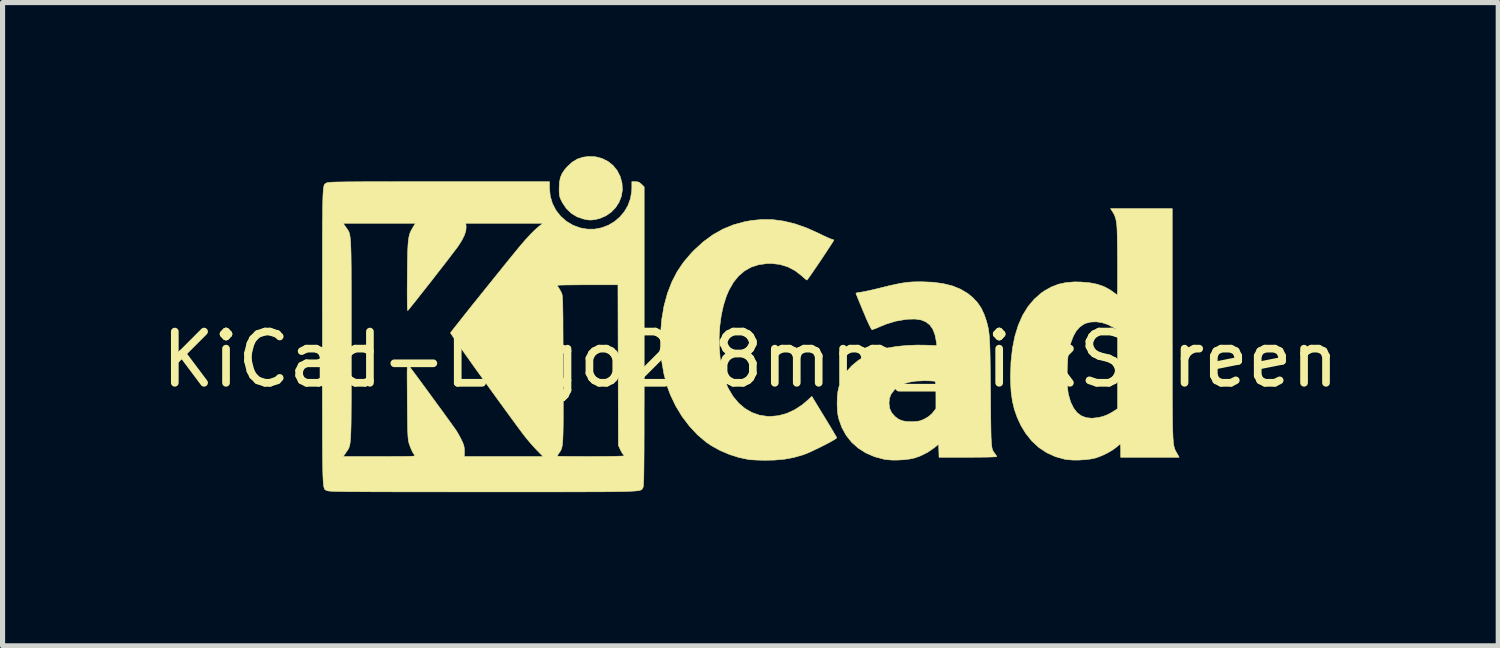
<source format=kicad_pcb>
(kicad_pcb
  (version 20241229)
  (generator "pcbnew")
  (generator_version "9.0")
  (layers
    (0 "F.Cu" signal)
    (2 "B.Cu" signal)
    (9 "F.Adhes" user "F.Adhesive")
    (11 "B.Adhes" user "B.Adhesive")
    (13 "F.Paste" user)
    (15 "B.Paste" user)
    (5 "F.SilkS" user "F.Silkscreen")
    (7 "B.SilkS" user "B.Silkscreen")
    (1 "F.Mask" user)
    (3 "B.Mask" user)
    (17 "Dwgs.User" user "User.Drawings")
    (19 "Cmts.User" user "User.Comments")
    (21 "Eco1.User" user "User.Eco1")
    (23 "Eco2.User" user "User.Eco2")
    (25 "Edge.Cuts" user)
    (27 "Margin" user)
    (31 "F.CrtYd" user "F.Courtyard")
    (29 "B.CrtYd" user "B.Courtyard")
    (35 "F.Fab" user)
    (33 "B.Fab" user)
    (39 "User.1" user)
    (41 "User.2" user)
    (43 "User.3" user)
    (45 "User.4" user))
  (footprint "KiCad-Logo2_8mm_SilkScreen"
    (layer "F.Cu")
    (at 11.601 3.969)
    (property "Reference" "KiCad-Logo2_8mm_SilkScreen" (at 0 0 0) (layer "F.SilkS") (effects (font (size 1 1) (thickness 0.15))))
    (attr exclude_from_pos_files exclude_from_bom)
    (fp_poly (pts (xy -3.026 -3.959) (xy -2.898 -3.926) (xy -2.783 -3.869) (xy -2.683 -3.79) (xy -2.602 -3.69) (xy -2.542 -3.572) (xy -2.507 -3.444) (xy -2.499 -3.314) (xy -2.519 -3.189) (xy -2.564 -3.072) (xy -2.631 -2.967) (xy -2.719 -2.876) (xy -2.824 -2.804) (xy -2.945 -2.753) (xy -3.013 -2.737) (xy -3.072 -2.727) (xy -3.118 -2.723) (xy -3.162 -2.725) (xy -3.216 -2.734) (xy -3.26 -2.744) (xy -3.384 -2.786) (xy -3.496 -2.854) (xy -3.592 -2.946) (xy -3.669 -3.06) (xy -3.688 -3.096) (xy -3.71 -3.145) (xy -3.724 -3.185) (xy -3.731 -3.228) (xy -3.734 -3.283) (xy -3.734 -3.344) (xy -3.729 -3.456) (xy -3.711 -3.549) (xy -3.678 -3.629) (xy -3.625 -3.707) (xy -3.574 -3.766) (xy -3.478 -3.854) (xy -3.378 -3.914) (xy -3.268 -3.95) (xy -3.165 -3.964) (xy -3.026 -3.959)) (stroke (width 0.01) (type solid)) (fill yes) (layer "F.SilkS"))
    (fp_poly (pts (xy 0.437 -2.731) (xy 0.65 -2.702) (xy 0.869 -2.649) (xy 1.095 -2.57) (xy 1.331 -2.464) (xy 1.346 -2.457) (xy 1.423 -2.419) (xy 1.492 -2.387) (xy 1.547 -2.363) (xy 1.585 -2.348) (xy 1.597 -2.345) (xy 1.623 -2.338) (xy 1.629 -2.332) (xy 1.622 -2.318) (xy 1.601 -2.283) (xy 1.567 -2.231) (xy 1.524 -2.165) (xy 1.474 -2.088) (xy 1.419 -2.006) (xy 1.362 -1.92) (xy 1.305 -1.836) (xy 1.25 -1.756) (xy 1.201 -1.684) (xy 1.159 -1.624) (xy 1.127 -1.579) (xy 1.108 -1.554) (xy 1.105 -1.551) (xy 1.092 -1.558) (xy 1.062 -1.58) (xy 1.022 -1.616) (xy 1.001 -1.635) (xy 0.872 -1.735) (xy 0.73 -1.809) (xy 0.576 -1.856) (xy 0.413 -1.875) (xy 0.32 -1.873) (xy 0.159 -1.85) (xy 0.014 -1.803) (xy -0.116 -1.729) (xy -0.231 -1.631) (xy -0.332 -1.506) (xy -0.418 -1.355) (xy -0.468 -1.24) (xy -0.526 -1.059) (xy -0.569 -0.863) (xy -0.597 -0.656) (xy -0.61 -0.443) (xy -0.607 -0.23) (xy -0.59 -0.022) (xy -0.558 0.177) (xy -0.511 0.361) (xy -0.45 0.526) (xy -0.428 0.571) (xy -0.337 0.723) (xy -0.23 0.851) (xy -0.108 0.955) (xy 0.027 1.034) (xy 0.173 1.086) (xy 0.329 1.11) (xy 0.385 1.112) (xy 0.546 1.097) (xy 0.707 1.054) (xy 0.864 0.982) (xy 1.015 0.883) (xy 1.137 0.778) (xy 1.199 0.719) (xy 1.44 1.115) (xy 1.5 1.213) (xy 1.555 1.304) (xy 1.603 1.384) (xy 1.641 1.449) (xy 1.669 1.497) (xy 1.684 1.523) (xy 1.686 1.527) (xy 1.675 1.54) (xy 1.641 1.563) (xy 1.588 1.594) (xy 1.521 1.631) (xy 1.443 1.671) (xy 1.36 1.713) (xy 1.275 1.754) (xy 1.193 1.793) (xy 1.118 1.826) (xy 1.054 1.852) (xy 1.022 1.863) (xy 0.844 1.913) (xy 0.661 1.947) (xy 0.464 1.964) (xy 0.295 1.967) (xy 0.205 1.966) (xy 0.118 1.963) (xy 0.041 1.959) (xy -0.017 1.955) (xy -0.036 1.952) (xy -0.221 1.914) (xy -0.409 1.854) (xy -0.592 1.776) (xy -0.761 1.683) (xy -0.864 1.613) (xy -1.034 1.469) (xy -1.191 1.3) (xy -1.334 1.112) (xy -1.458 0.907) (xy -1.562 0.69) (xy -1.62 0.534) (xy -1.687 0.289) (xy -1.732 0.03) (xy -1.754 -0.238) (xy -1.754 -0.509) (xy -1.732 -0.778) (xy -1.688 -1.039) (xy -1.621 -1.287) (xy -1.616 -1.302) (xy -1.532 -1.518) (xy -1.43 -1.715) (xy -1.306 -1.899) (xy -1.156 -2.075) (xy -1.098 -2.135) (xy -0.917 -2.3) (xy -0.73 -2.437) (xy -0.536 -2.546) (xy -0.331 -2.63) (xy -0.112 -2.69) (xy 0.015 -2.713) (xy 0.226 -2.734) (xy 0.437 -2.731)) (stroke (width 0.01) (type solid)) (fill yes) (layer "F.SilkS"))
    (fp_poly (pts (xy 8.236 -0.703) (xy 8.236 -0.391) (xy 8.237 -0.107) (xy 8.237 0.149) (xy 8.237 0.38) (xy 8.237 0.587) (xy 8.238 0.77) (xy 8.239 0.933) (xy 8.24 1.076) (xy 8.241 1.2) (xy 8.243 1.308) (xy 8.246 1.4) (xy 8.249 1.478) (xy 8.252 1.544) (xy 8.257 1.598) (xy 8.261 1.643) (xy 8.267 1.681) (xy 8.274 1.711) (xy 8.281 1.736) (xy 8.289 1.758) (xy 8.298 1.778) (xy 8.308 1.796) (xy 8.319 1.816) (xy 8.326 1.828) (xy 8.372 1.909) (xy 7.229 1.909) (xy 7.229 1.781) (xy 7.228 1.723) (xy 7.226 1.679) (xy 7.222 1.655) (xy 7.22 1.653) (xy 7.205 1.662) (xy 7.175 1.686) (xy 7.145 1.712) (xy 7.072 1.766) (xy 6.979 1.821) (xy 6.877 1.871) (xy 6.774 1.911) (xy 6.733 1.924) (xy 6.642 1.943) (xy 6.531 1.956) (xy 6.412 1.963) (xy 6.295 1.963) (xy 6.19 1.955) (xy 6.14 1.948) (xy 5.956 1.897) (xy 5.786 1.82) (xy 5.632 1.718) (xy 5.494 1.591) (xy 5.373 1.439) (xy 5.284 1.292) (xy 5.211 1.136) (xy 5.155 0.978) (xy 5.115 0.81) (xy 5.09 0.628) (xy 5.079 0.426) (xy 5.078 0.323) (xy 5.081 0.248) (xy 6.184 0.248) (xy 6.185 0.371) (xy 6.189 0.488) (xy 6.196 0.591) (xy 6.207 0.672) (xy 6.211 0.689) (xy 6.253 0.832) (xy 6.309 0.947) (xy 6.378 1.037) (xy 6.461 1.099) (xy 6.558 1.136) (xy 6.671 1.147) (xy 6.799 1.132) (xy 6.884 1.111) (xy 6.949 1.087) (xy 7.021 1.053) (xy 7.075 1.021) (xy 7.169 0.96) (xy 7.169 -0.572) (xy 7.079 -0.63) (xy 6.975 -0.684) (xy 6.863 -0.72) (xy 6.749 -0.736) (xy 6.641 -0.731) (xy 6.544 -0.706) (xy 6.502 -0.685) (xy 6.424 -0.628) (xy 6.359 -0.553) (xy 6.305 -0.456) (xy 6.259 -0.335) (xy 6.22 -0.188) (xy 6.218 -0.18) (xy 6.205 -0.097) (xy 6.194 0.006) (xy 6.188 0.123) (xy 6.184 0.248) (xy 5.081 0.248) (xy 5.088 0.04) (xy 5.117 -0.221) (xy 5.165 -0.459) (xy 5.232 -0.674) (xy 5.317 -0.866) (xy 5.421 -1.034) (xy 5.543 -1.179) (xy 5.683 -1.301) (xy 5.743 -1.342) (xy 5.877 -1.417) (xy 6.015 -1.47) (xy 6.162 -1.502) (xy 6.323 -1.515) (xy 6.446 -1.513) (xy 6.619 -1.499) (xy 6.769 -1.47) (xy 6.9 -1.425) (xy 7.018 -1.363) (xy 7.083 -1.317) (xy 7.122 -1.288) (xy 7.151 -1.268) (xy 7.162 -1.262) (xy 7.164 -1.277) (xy 7.166 -1.318) (xy 7.167 -1.381) (xy 7.168 -1.464) (xy 7.168 -1.562) (xy 7.168 -1.672) (xy 7.168 -1.789) (xy 7.168 -1.912) (xy 7.167 -2.035) (xy 7.166 -2.155) (xy 7.164 -2.268) (xy 7.163 -2.372) (xy 7.161 -2.461) (xy 7.159 -2.533) (xy 7.156 -2.583) (xy 7.156 -2.593) (xy 7.146 -2.686) (xy 7.13 -2.76) (xy 7.107 -2.823) (xy 7.072 -2.884) (xy 7.063 -2.897) (xy 7.031 -2.946) (xy 8.236 -2.946) (xy 8.236 -0.703)) (stroke (width 0.01) (type solid)) (fill yes) (layer "F.SilkS"))
    (fp_poly (pts (xy 3.559 -1.509) (xy 3.762 -1.482) (xy 3.942 -1.438) (xy 4.101 -1.374) (xy 4.24 -1.292) (xy 4.343 -1.208) (xy 4.435 -1.109) (xy 4.507 -1.003) (xy 4.564 -0.88) (xy 4.584 -0.823) (xy 4.602 -0.771) (xy 4.616 -0.723) (xy 4.629 -0.676) (xy 4.64 -0.628) (xy 4.65 -0.576) (xy 4.657 -0.519) (xy 4.664 -0.453) (xy 4.669 -0.376) (xy 4.674 -0.286) (xy 4.677 -0.181) (xy 4.68 -0.057) (xy 4.682 0.088) (xy 4.684 0.256) (xy 4.686 0.449) (xy 4.688 0.639) (xy 4.69 0.847) (xy 4.691 1.027) (xy 4.693 1.181) (xy 4.695 1.312) (xy 4.697 1.422) (xy 4.699 1.513) (xy 4.703 1.587) (xy 4.707 1.646) (xy 4.712 1.693) (xy 4.718 1.729) (xy 4.726 1.758) (xy 4.735 1.781) (xy 4.746 1.8) (xy 4.759 1.818) (xy 4.773 1.837) (xy 4.779 1.844) (xy 4.8 1.874) (xy 4.809 1.895) (xy 4.809 1.896) (xy 4.795 1.899) (xy 4.754 1.901) (xy 4.689 1.904) (xy 4.604 1.906) (xy 4.502 1.907) (xy 4.387 1.908) (xy 4.261 1.909) (xy 4.246 1.909) (xy 3.683 1.909) (xy 3.679 1.781) (xy 3.675 1.653) (xy 3.592 1.721) (xy 3.462 1.811) (xy 3.316 1.884) (xy 3.201 1.924) (xy 3.109 1.943) (xy 2.998 1.957) (xy 2.879 1.963) (xy 2.761 1.963) (xy 2.656 1.955) (xy 2.608 1.947) (xy 2.421 1.897) (xy 2.253 1.824) (xy 2.104 1.729) (xy 1.975 1.614) (xy 1.869 1.48) (xy 1.785 1.327) (xy 1.726 1.16) (xy 1.709 1.084) (xy 1.699 1.001) (xy 1.694 0.902) (xy 1.694 0.857) (xy 1.694 0.852) (xy 2.706 0.852) (xy 2.718 0.952) (xy 2.756 1.037) (xy 2.82 1.111) (xy 2.827 1.117) (xy 2.891 1.164) (xy 2.96 1.194) (xy 3.041 1.21) (xy 3.141 1.213) (xy 3.165 1.213) (xy 3.237 1.209) (xy 3.29 1.202) (xy 3.337 1.189) (xy 3.388 1.166) (xy 3.403 1.159) (xy 3.483 1.111) (xy 3.546 1.055) (xy 3.563 1.034) (xy 3.622 0.959) (xy 3.622 0.698) (xy 3.621 0.594) (xy 3.619 0.517) (xy 3.615 0.464) (xy 3.609 0.435) (xy 3.604 0.426) (xy 3.583 0.422) (xy 3.538 0.419) (xy 3.475 0.416) (xy 3.402 0.415) (xy 3.39 0.415) (xy 3.229 0.422) (xy 3.092 0.444) (xy 2.977 0.481) (xy 2.881 0.534) (xy 2.808 0.596) (xy 2.748 0.673) (xy 2.715 0.757) (xy 2.706 0.852) (xy 1.694 0.852) (xy 1.696 0.732) (xy 1.708 0.627) (xy 1.729 0.532) (xy 1.763 0.438) (xy 1.795 0.368) (xy 1.873 0.241) (xy 1.977 0.124) (xy 2.104 0.019) (xy 2.25 -0.073) (xy 2.413 -0.148) (xy 2.589 -0.205) (xy 2.675 -0.225) (xy 2.857 -0.255) (xy 3.054 -0.274) (xy 3.256 -0.282) (xy 3.424 -0.28) (xy 3.64 -0.271) (xy 3.63 -0.35) (xy 3.604 -0.482) (xy 3.563 -0.589) (xy 3.505 -0.673) (xy 3.428 -0.734) (xy 3.332 -0.773) (xy 3.216 -0.79) (xy 3.079 -0.787) (xy 3.028 -0.782) (xy 2.84 -0.749) (xy 2.658 -0.694) (xy 2.532 -0.643) (xy 2.472 -0.617) (xy 2.421 -0.597) (xy 2.386 -0.584) (xy 2.376 -0.581) (xy 2.363 -0.593) (xy 2.341 -0.632) (xy 2.309 -0.697) (xy 2.267 -0.79) (xy 2.216 -0.911) (xy 2.207 -0.932) (xy 2.167 -1.028) (xy 2.131 -1.115) (xy 2.101 -1.189) (xy 2.078 -1.246) (xy 2.064 -1.282) (xy 2.06 -1.294) (xy 2.073 -1.3) (xy 2.108 -1.308) (xy 2.145 -1.312) (xy 2.186 -1.319) (xy 2.249 -1.331) (xy 2.331 -1.349) (xy 2.424 -1.37) (xy 2.525 -1.394) (xy 2.563 -1.404) (xy 2.702 -1.438) (xy 2.819 -1.464) (xy 2.918 -1.485) (xy 3.006 -1.499) (xy 3.088 -1.509) (xy 3.169 -1.515) (xy 3.257 -1.517) (xy 3.334 -1.518) (xy 3.559 -1.509)) (stroke (width 0.01) (type solid)) (fill yes) (layer "F.SilkS"))
    (fp_poly (pts (xy -3.923 -3.343) (xy -3.908 -3.191) (xy -3.866 -3.048) (xy -3.798 -2.916) (xy -3.707 -2.799) (xy -3.594 -2.699) (xy -3.465 -2.622) (xy -3.323 -2.57) (xy -3.181 -2.545) (xy -3.04 -2.546) (xy -2.904 -2.572) (xy -2.775 -2.621) (xy -2.657 -2.69) (xy -2.552 -2.779) (xy -2.462 -2.885) (xy -2.391 -3.006) (xy -2.342 -3.141) (xy -2.317 -3.288) (xy -2.315 -3.355) (xy -2.315 -3.472) (xy -2.245 -3.472) (xy -2.197 -3.468) (xy -2.161 -3.452) (xy -2.125 -3.421) (xy -2.074 -3.37) (xy -2.074 -0.452) (xy -2.074 -0.103) (xy -2.074 0.217) (xy -2.074 0.51) (xy -2.074 0.776) (xy -2.075 1.018) (xy -2.075 1.235) (xy -2.075 1.43) (xy -2.076 1.604) (xy -2.076 1.757) (xy -2.077 1.892) (xy -2.078 2.01) (xy -2.079 2.111) (xy -2.08 2.197) (xy -2.081 2.269) (xy -2.082 2.329) (xy -2.084 2.377) (xy -2.086 2.416) (xy -2.088 2.446) (xy -2.09 2.468) (xy -2.093 2.484) (xy -2.095 2.495) (xy -2.098 2.503) (xy -2.1 2.505) (xy -2.105 2.514) (xy -2.11 2.523) (xy -2.115 2.531) (xy -2.122 2.538) (xy -2.131 2.544) (xy -2.145 2.55) (xy -2.164 2.556) (xy -2.189 2.56) (xy -2.223 2.565) (xy -2.265 2.568) (xy -2.317 2.571) (xy -2.381 2.574) (xy -2.458 2.577) (xy -2.549 2.579) (xy -2.654 2.58) (xy -2.776 2.582) (xy -2.916 2.583) (xy -3.074 2.583) (xy -3.253 2.584) (xy -3.453 2.584) (xy -3.675 2.585) (xy -3.921 2.585) (xy -4.192 2.585) (xy -4.489 2.585) (xy -4.814 2.585) (xy -5.167 2.585) (xy -5.219 2.585) (xy -5.574 2.585) (xy -5.901 2.585) (xy -6.2 2.584) (xy -6.472 2.584) (xy -6.72 2.584) (xy -6.943 2.584) (xy -7.144 2.583) (xy -7.323 2.583) (xy -7.482 2.582) (xy -7.622 2.581) (xy -7.744 2.581) (xy -7.85 2.58) (xy -7.94 2.578) (xy -8.016 2.577) (xy -8.08 2.576) (xy -8.131 2.574) (xy -8.172 2.572) (xy -8.204 2.57) (xy -8.227 2.568) (xy -8.244 2.566) (xy -8.256 2.563) (xy -8.261 2.561) (xy -8.273 2.556) (xy -8.283 2.553) (xy -8.293 2.549) (xy -8.301 2.544) (xy -8.309 2.537) (xy -8.316 2.526) (xy -8.322 2.51) (xy -8.328 2.488) (xy -8.333 2.458) (xy -8.337 2.42) (xy -8.341 2.372) (xy -8.344 2.312) (xy -8.347 2.24) (xy -8.349 2.155) (xy -8.351 2.054) (xy -8.353 1.937) (xy -8.354 1.803) (xy -8.355 1.65) (xy -8.356 1.477) (xy -8.356 1.283) (xy -8.356 1.067) (xy -8.357 0.827) (xy -8.357 0.562) (xy -8.357 0.271) (xy -8.356 -0.047) (xy -8.356 -0.394) (xy -8.356 -0.45) (xy -8.356 -0.8) (xy -8.357 -1.121) (xy -8.357 -1.415) (xy -8.356 -1.682) (xy -8.356 -1.925) (xy -8.356 -2.143) (xy -8.356 -2.339) (xy -8.355 -2.514) (xy -8.354 -2.66) (xy -7.951 -2.66) (xy -7.898 -2.583) (xy -7.883 -2.562) (xy -7.87 -2.544) (xy -7.858 -2.526) (xy -7.847 -2.507) (xy -7.838 -2.487) (xy -7.829 -2.462) (xy -7.822 -2.431) (xy -7.816 -2.394) (xy -7.811 -2.348) (xy -7.806 -2.292) (xy -7.803 -2.224) (xy -7.8 -2.143) (xy -7.797 -2.046) (xy -7.796 -1.933) (xy -7.794 -1.802) (xy -7.794 -1.651) (xy -7.793 -1.479) (xy -7.793 -1.284) (xy -7.793 -1.065) (xy -7.793 -0.82) (xy -7.793 -0.547) (xy -7.793 -0.383) (xy -7.793 -0.094) (xy -7.793 0.166) (xy -7.793 0.399) (xy -7.793 0.608) (xy -7.793 0.792) (xy -7.794 0.954) (xy -7.795 1.096) (xy -7.796 1.219) (xy -7.798 1.324) (xy -7.801 1.413) (xy -7.804 1.489) (xy -7.808 1.551) (xy -7.813 1.603) (xy -7.818 1.645) (xy -7.825 1.679) (xy -7.833 1.706) (xy -7.841 1.729) (xy -7.851 1.749) (xy -7.862 1.767) (xy -7.875 1.785) (xy -7.889 1.805) (xy -7.897 1.817) (xy -7.949 1.894) (xy -7.241 1.894) (xy -7.077 1.894) (xy -6.94 1.893) (xy -6.829 1.893) (xy -6.741 1.892) (xy -6.672 1.891) (xy -6.622 1.889) (xy -6.587 1.887) (xy -6.566 1.884) (xy -6.555 1.88) (xy -6.552 1.875) (xy -6.555 1.869) (xy -6.556 1.867) (xy -6.59 1.818) (xy -6.624 1.748) (xy -6.656 1.665) (xy -6.667 1.63) (xy -6.673 1.606) (xy -6.678 1.578) (xy -6.682 1.543) (xy -6.686 1.498) (xy -6.689 1.441) (xy -6.692 1.369) (xy -6.694 1.278) (xy -6.695 1.167) (xy -6.697 1.032) (xy -6.698 0.871) (xy -6.699 0.812) (xy -6.7 0.645) (xy -6.701 0.506) (xy -6.702 0.392) (xy -6.702 0.302) (xy -6.702 0.231) (xy -6.7 0.179) (xy -6.699 0.143) (xy -6.696 0.12) (xy -6.692 0.108) (xy -6.688 0.104) (xy -6.682 0.107) (xy -6.676 0.113) (xy -6.662 0.13) (xy -6.633 0.169) (xy -6.59 0.226) (xy -6.536 0.299) (xy -6.472 0.385) (xy -6.401 0.482) (xy -6.325 0.585) (xy -6.246 0.693) (xy -6.166 0.803) (xy -6.087 0.911) (xy -6.01 1.016) (xy -5.94 1.113) (xy -5.876 1.201) (xy -5.822 1.276) (xy -5.779 1.336) (xy -5.749 1.378) (xy -5.743 1.387) (xy -5.713 1.436) (xy -5.677 1.5) (xy -5.643 1.566) (xy -5.639 1.574) (xy -5.61 1.639) (xy -5.593 1.689) (xy -5.586 1.736) (xy -5.584 1.792) (xy -5.585 1.894) (xy -4.048 1.894) (xy -4.17 1.769) (xy -4.232 1.703) (xy -4.299 1.627) (xy -4.36 1.555) (xy -4.387 1.521) (xy -4.428 1.469) (xy -4.481 1.398) (xy -4.546 1.311) (xy -4.62 1.21) (xy -4.702 1.098) (xy -4.791 0.976) (xy -4.885 0.847) (xy -4.983 0.712) (xy -5.082 0.575) (xy -5.182 0.436) (xy -5.28 0.299) (xy -5.376 0.166) (xy -5.467 0.038) (xy -5.552 -0.082) (xy -5.63 -0.192) (xy -5.699 -0.29) (xy -5.757 -0.373) (xy -5.803 -0.44) (xy -5.836 -0.488) (xy -5.853 -0.516) (xy -5.855 -0.521) (xy -5.845 -0.536) (xy -5.817 -0.572) (xy -5.774 -0.627) (xy -5.717 -0.699) (xy -5.649 -0.785) (xy -5.572 -0.883) (xy -5.486 -0.991) (xy -5.394 -1.106) (xy -5.297 -1.226) (xy -5.198 -1.35) (xy -5.118 -1.449) (xy -3.772 -1.449) (xy -3.765 -1.432) (xy -3.745 -1.402) (xy -3.744 -1.4) (xy -3.719 -1.36) (xy -3.693 -1.311) (xy -3.688 -1.3) (xy -3.683 -1.289) (xy -3.679 -1.275) (xy -3.675 -1.258) (xy -3.672 -1.234) (xy -3.669 -1.203) (xy -3.667 -1.162) (xy -3.665 -1.109) (xy -3.663 -1.043) (xy -3.662 -0.962) (xy -3.66 -0.864) (xy -3.659 -0.747) (xy -3.659 -0.609) (xy -3.658 -0.448) (xy -3.657 -0.263) (xy -3.656 -0.052) (xy -3.656 0.187) (xy -3.655 0.433) (xy -3.654 0.651) (xy -3.654 0.843) (xy -3.654 1.011) (xy -3.654 1.155) (xy -3.655 1.28) (xy -3.657 1.385) (xy -3.659 1.473) (xy -3.662 1.546) (xy -3.665 1.606) (xy -3.67 1.654) (xy -3.676 1.693) (xy -3.683 1.724) (xy -3.691 1.749) (xy -3.7 1.77) (xy -3.711 1.789) (xy -3.723 1.808) (xy -3.735 1.824) (xy -3.757 1.859) (xy -3.771 1.883) (xy -3.772 1.887) (xy -3.758 1.888) (xy -3.716 1.89) (xy -3.651 1.891) (xy -3.564 1.892) (xy -3.46 1.893) (xy -3.341 1.893) (xy -3.21 1.894) (xy -3.119 1.894) (xy -2.979 1.893) (xy -2.85 1.893) (xy -2.735 1.891) (xy -2.636 1.89) (xy -2.557 1.887) (xy -2.501 1.885) (xy -2.47 1.882) (xy -2.465 1.881) (xy -2.475 1.861) (xy -2.486 1.85) (xy -2.503 1.827) (xy -2.526 1.787) (xy -2.542 1.754) (xy -2.578 1.676) (xy -2.582 0.109) (xy -2.586 -1.458) (xy -3.179 -1.458) (xy -3.309 -1.458) (xy -3.43 -1.457) (xy -3.537 -1.456) (xy -3.628 -1.455) (xy -3.699 -1.453) (xy -3.748 -1.451) (xy -3.771 -1.45) (xy -3.772 -1.449) (xy -5.118 -1.449) (xy -5.098 -1.474) (xy -4.999 -1.597) (xy -4.903 -1.716) (xy -4.812 -1.829) (xy -4.728 -1.933) (xy -4.651 -2.027) (xy -4.585 -2.108) (xy -4.531 -2.174) (xy -4.508 -2.202) (xy -4.393 -2.336) (xy -4.291 -2.447) (xy -4.199 -2.537) (xy -4.116 -2.609) (xy -4.103 -2.619) (xy -4.05 -2.66) (xy -4.804 -2.66) (xy -5.557 -2.66) (xy -5.55 -2.596) (xy -5.555 -2.52) (xy -5.583 -2.429) (xy -5.636 -2.323) (xy -5.697 -2.227) (xy -5.718 -2.197) (xy -5.756 -2.147) (xy -5.807 -2.08) (xy -5.869 -1.998) (xy -5.94 -1.906) (xy -6.018 -1.805) (xy -6.101 -1.699) (xy -6.186 -1.589) (xy -6.271 -1.48) (xy -6.355 -1.374) (xy -6.434 -1.274) (xy -6.506 -1.182) (xy -6.57 -1.102) (xy -6.623 -1.036) (xy -6.662 -0.987) (xy -6.686 -0.959) (xy -6.69 -0.954) (xy -6.694 -0.965) (xy -6.697 -1.005) (xy -6.699 -1.075) (xy -6.7 -1.174) (xy -6.701 -1.301) (xy -6.7 -1.456) (xy -6.699 -1.616) (xy -6.697 -1.792) (xy -6.695 -1.94) (xy -6.693 -2.065) (xy -6.689 -2.168) (xy -6.684 -2.253) (xy -6.678 -2.323) (xy -6.669 -2.38) (xy -6.659 -2.428) (xy -6.646 -2.469) (xy -6.63 -2.506) (xy -6.61 -2.543) (xy -6.591 -2.576) (xy -6.54 -2.66) (xy -7.951 -2.66) (xy -8.354 -2.66) (xy -8.354 -2.669) (xy -8.353 -2.804) (xy -8.352 -2.923) (xy -8.35 -3.025) (xy -8.348 -3.112) (xy -8.346 -3.185) (xy -8.343 -3.246) (xy -8.339 -3.296) (xy -8.336 -3.335) (xy -8.331 -3.366) (xy -8.326 -3.389) (xy -8.321 -3.407) (xy -8.315 -3.419) (xy -8.308 -3.427) (xy -8.3 -3.433) (xy -8.292 -3.438) (xy -8.283 -3.442) (xy -8.275 -3.447) (xy -8.268 -3.45) (xy -8.257 -3.454) (xy -8.241 -3.456) (xy -8.218 -3.459) (xy -8.186 -3.461) (xy -8.145 -3.463) (xy -8.093 -3.465) (xy -8.028 -3.466) (xy -7.949 -3.467) (xy -7.854 -3.469) (xy -7.743 -3.469) (xy -7.612 -3.47) (xy -7.462 -3.471) (xy -7.291 -3.471) (xy -7.096 -3.471) (xy -6.877 -3.472) (xy -6.633 -3.472) (xy -6.361 -3.472) (xy -6.08 -3.472) (xy -3.923 -3.472) (xy -3.923 -3.343)) (stroke (width 0.01) (type solid)) (fill yes) (layer "F.SilkS")))
  (gr_rect
    (start -3 -3)
    (end 26.202 9.559)
    (stroke (width 0.1) (type default))
    (fill no)
    (layer "Edge.Cuts")))
</source>
